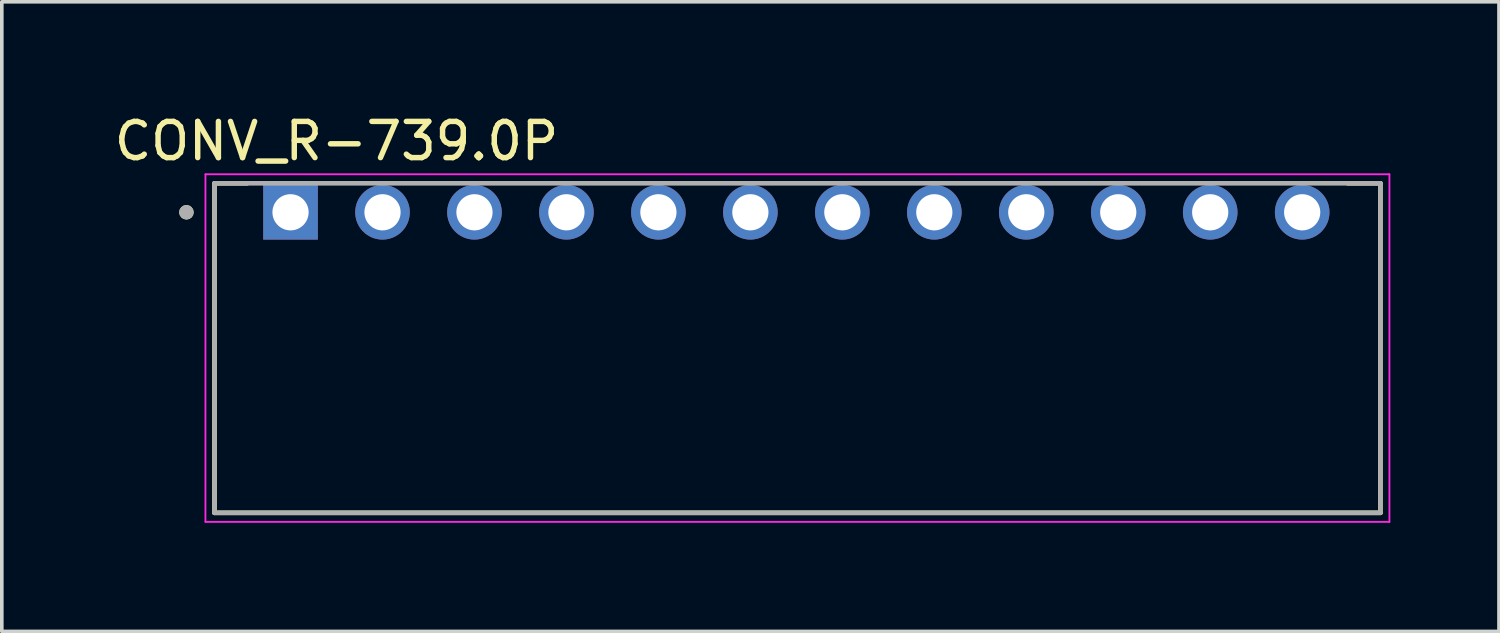
<source format=kicad_pcb>
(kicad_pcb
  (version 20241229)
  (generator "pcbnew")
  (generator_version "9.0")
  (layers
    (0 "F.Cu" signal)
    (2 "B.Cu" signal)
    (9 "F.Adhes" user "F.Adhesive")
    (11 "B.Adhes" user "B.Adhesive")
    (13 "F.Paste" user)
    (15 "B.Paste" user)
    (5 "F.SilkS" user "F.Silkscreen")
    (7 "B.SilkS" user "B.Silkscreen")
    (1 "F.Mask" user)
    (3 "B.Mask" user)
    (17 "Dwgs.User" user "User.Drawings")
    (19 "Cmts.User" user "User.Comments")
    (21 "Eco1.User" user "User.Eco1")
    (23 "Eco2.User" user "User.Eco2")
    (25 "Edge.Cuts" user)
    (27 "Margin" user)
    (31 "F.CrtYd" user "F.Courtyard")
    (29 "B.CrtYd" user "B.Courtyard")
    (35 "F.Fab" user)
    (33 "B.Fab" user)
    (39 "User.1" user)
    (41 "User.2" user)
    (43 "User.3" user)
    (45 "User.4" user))
  (footprint "CONV_R-739.0P"
    (layer "F.Cu")
    (at 18.944 6.563)
    (property "Reference" "CONV_R-739.0P" (at -12.7 -5.715 0) (layer "F.SilkS") (effects (font (size 1 1) (thickness 0.15))))
    (attr through_hole)
    (fp_line (start -16.07 -4.55) (end -16.07 4.55) (stroke (width 0.127) (type solid)) (layer "F.SilkS"))
    (fp_line (start -16.07 4.55) (end 16.13 4.55) (stroke (width 0.127) (type solid)) (layer "F.SilkS"))
    (fp_line (start -15.17 -4.55) (end -16.07 -4.55) (stroke (width 0.127) (type solid)) (layer "F.SilkS"))
    (fp_line (start 15.23 -4.55) (end 16.13 -4.55) (stroke (width 0.127) (type solid)) (layer "F.SilkS"))
    (fp_line (start 16.13 4.55) (end 16.13 -4.55) (stroke (width 0.127) (type solid)) (layer "F.SilkS"))
    (fp_circle (center -16.845 -3.75) (end -16.745 -3.75) (stroke (width 0.2) (type solid)) (fill no) (layer "F.SilkS"))
    (fp_line (start -16.32 -4.8) (end -16.32 4.8) (stroke (width 0.05) (type solid)) (layer "F.CrtYd"))
    (fp_line (start -16.32 4.8) (end 16.38 4.8) (stroke (width 0.05) (type solid)) (layer "F.CrtYd"))
    (fp_line (start 16.38 -4.8) (end -16.32 -4.8) (stroke (width 0.05) (type solid)) (layer "F.CrtYd"))
    (fp_line (start 16.38 4.8) (end 16.38 -4.8) (stroke (width 0.05) (type solid)) (layer "F.CrtYd"))
    (fp_line (start -16.07 -4.55) (end -16.07 4.55) (stroke (width 0.127) (type solid)) (layer "F.Fab"))
    (fp_line (start -16.07 4.55) (end 16.13 4.55) (stroke (width 0.127) (type solid)) (layer "F.Fab"))
    (fp_line (start 16.13 -4.55) (end -16.07 -4.55) (stroke (width 0.127) (type solid)) (layer "F.Fab"))
    (fp_line (start 16.13 4.55) (end 16.13 -4.55) (stroke (width 0.127) (type solid)) (layer "F.Fab"))
    (fp_circle (center -16.845 -3.75) (end -16.745 -3.75) (stroke (width 0.2) (type solid)) (fill no) (layer "F.Fab"))
    (pad "1" thru_hole rect (at -13.97 -3.75) (size 1.508 1.508) (drill 1) (layers "*.Cu" "*.Mask"))
    (pad "2" thru_hole circle (at -11.43 -3.75) (size 1.508 1.508) (drill 1) (layers "*.Cu" "*.Mask"))
    (pad "3" thru_hole circle (at -8.89 -3.75) (size 1.508 1.508) (drill 1) (layers "*.Cu" "*.Mask"))
    (pad "4" thru_hole circle (at -6.35 -3.75) (size 1.508 1.508) (drill 1) (layers "*.Cu" "*.Mask"))
    (pad "5" thru_hole circle (at -3.81 -3.75) (size 1.508 1.508) (drill 1) (layers "*.Cu" "*.Mask"))
    (pad "6" thru_hole circle (at -1.27 -3.75) (size 1.508 1.508) (drill 1) (layers "*.Cu" "*.Mask"))
    (pad "7" thru_hole circle (at 1.27 -3.75) (size 1.508 1.508) (drill 1) (layers "*.Cu" "*.Mask"))
    (pad "8" thru_hole circle (at 3.81 -3.75) (size 1.508 1.508) (drill 1) (layers "*.Cu" "*.Mask"))
    (pad "9" thru_hole circle (at 6.35 -3.75) (size 1.508 1.508) (drill 1) (layers "*.Cu" "*.Mask"))
    (pad "10" thru_hole circle (at 8.89 -3.75) (size 1.508 1.508) (drill 1) (layers "*.Cu" "*.Mask"))
    (pad "11" thru_hole circle (at 11.43 -3.75) (size 1.508 1.508) (drill 1) (layers "*.Cu" "*.Mask"))
    (pad "12" thru_hole circle (at 13.97 -3.75) (size 1.508 1.508) (drill 1) (layers "*.Cu" "*.Mask")))
  (gr_rect
    (start -3 -3)
    (end 38.349 14.388)
    (stroke (width 0.1) (type default))
    (fill no)
    (layer "Edge.Cuts")))
</source>
